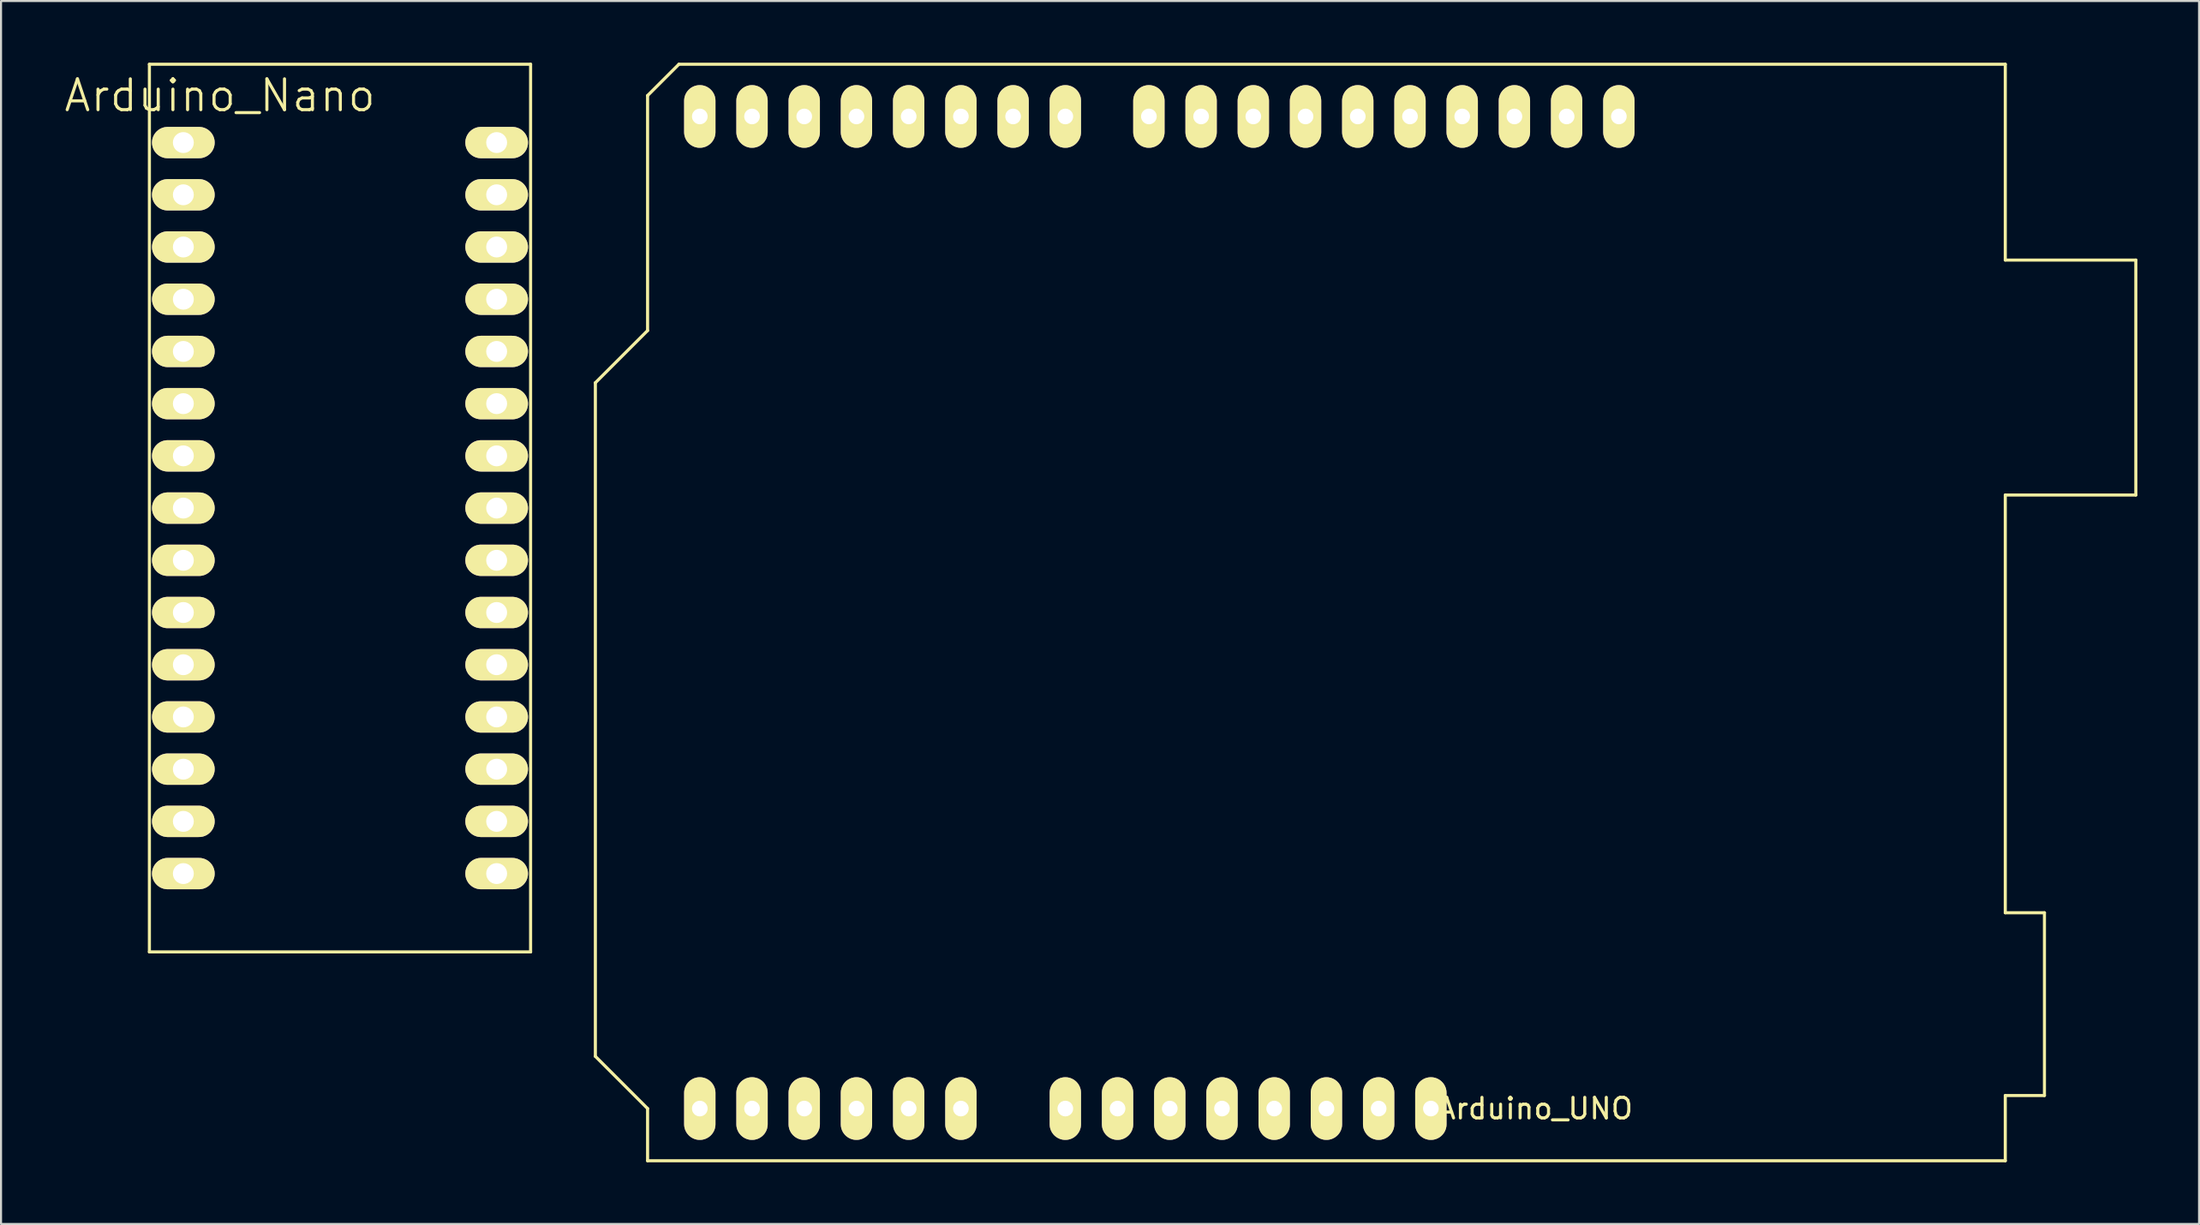
<source format=kicad_pcb>
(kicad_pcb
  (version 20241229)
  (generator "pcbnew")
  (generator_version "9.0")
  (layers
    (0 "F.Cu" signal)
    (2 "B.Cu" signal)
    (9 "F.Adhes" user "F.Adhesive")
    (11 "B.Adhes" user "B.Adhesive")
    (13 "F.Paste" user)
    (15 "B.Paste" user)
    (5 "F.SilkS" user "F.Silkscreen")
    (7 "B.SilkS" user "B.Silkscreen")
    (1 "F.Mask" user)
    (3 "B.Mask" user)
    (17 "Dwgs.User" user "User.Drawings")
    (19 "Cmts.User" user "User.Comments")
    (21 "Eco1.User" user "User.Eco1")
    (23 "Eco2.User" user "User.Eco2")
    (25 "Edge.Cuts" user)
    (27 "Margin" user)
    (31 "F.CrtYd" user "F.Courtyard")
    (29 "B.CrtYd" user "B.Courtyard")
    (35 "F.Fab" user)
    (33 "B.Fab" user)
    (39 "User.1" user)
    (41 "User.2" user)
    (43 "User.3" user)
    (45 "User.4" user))
  (footprint "Arduino_Nano"
    (layer "F.Cu")
    (at 5.868 3.885)
    (property "Reference" "Arduino_Nano" (at 1.778 -2.286 0) (layer "F.SilkS") (effects (font (size 1.5 1.5) (thickness 0.15))))
    (attr through_hole)
    (fp_line (start -1.651 -3.81) (end -1.651 39.37) (stroke (width 0.15) (type solid)) (layer "F.SilkS"))
    (fp_line (start -1.651 -3.81) (end 16.891 -3.81) (stroke (width 0.15) (type solid)) (layer "F.SilkS"))
    (fp_line (start 16.891 -3.81) (end 16.891 39.37) (stroke (width 0.15) (type solid)) (layer "F.SilkS"))
    (fp_line (start 16.891 39.37) (end -1.651 39.37) (stroke (width 0.15) (type solid)) (layer "F.SilkS"))
    (pad "1" thru_hole oval (at 0 0 90) (size 1.524 3.048) (drill 1.016) (layers "*.Cu" "*.Mask" "F.SilkS"))
    (pad "2" thru_hole oval (at 0 2.54 90) (size 1.524 3.048) (drill 1.016) (layers "*.Cu" "*.Mask" "F.SilkS"))
    (pad "3" thru_hole oval (at 0 5.08 90) (size 1.524 3.048) (drill 1.016) (layers "*.Cu" "*.Mask" "F.SilkS"))
    (pad "4" thru_hole oval (at 0 7.62 90) (size 1.524 3.048) (drill 1.016) (layers "*.Cu" "*.Mask" "F.SilkS"))
    (pad "5" thru_hole oval (at 0 10.16 90) (size 1.524 3.048) (drill 1.016) (layers "*.Cu" "*.Mask" "F.SilkS"))
    (pad "6" thru_hole oval (at 0 12.7 90) (size 1.524 3.048) (drill 1.016) (layers "*.Cu" "*.Mask" "F.SilkS"))
    (pad "7" thru_hole oval (at 0 15.24 90) (size 1.524 3.048) (drill 1.016) (layers "*.Cu" "*.Mask" "F.SilkS"))
    (pad "8" thru_hole oval (at 0 17.78 90) (size 1.524 3.048) (drill 1.016) (layers "*.Cu" "*.Mask" "F.SilkS"))
    (pad "9" thru_hole oval (at 0 20.32 90) (size 1.524 3.048) (drill 1.016) (layers "*.Cu" "*.Mask" "F.SilkS"))
    (pad "10" thru_hole oval (at 0 22.86 90) (size 1.524 3.048) (drill 1.016) (layers "*.Cu" "*.Mask" "F.SilkS"))
    (pad "11" thru_hole oval (at 0 25.4 90) (size 1.524 3.048) (drill 1.016) (layers "*.Cu" "*.Mask" "F.SilkS"))
    (pad "12" thru_hole oval (at 0 27.94 90) (size 1.524 3.048) (drill 1.016) (layers "*.Cu" "*.Mask" "F.SilkS"))
    (pad "13" thru_hole oval (at 0 30.48 90) (size 1.524 3.048) (drill 1.016) (layers "*.Cu" "*.Mask" "F.SilkS"))
    (pad "14" thru_hole oval (at 0 33.02 90) (size 1.524 3.048) (drill 1.016) (layers "*.Cu" "*.Mask" "F.SilkS"))
    (pad "15" thru_hole oval (at 0 35.56 90) (size 1.524 3.048) (drill 1.016) (layers "*.Cu" "*.Mask" "F.SilkS"))
    (pad "16" thru_hole oval (at 15.24 35.56 90) (size 1.524 3.048) (drill 1.016) (layers "*.Cu" "*.Mask" "F.SilkS"))
    (pad "17" thru_hole oval (at 15.24 33.02 90) (size 1.524 3.048) (drill 1.016) (layers "*.Cu" "*.Mask" "F.SilkS"))
    (pad "18" thru_hole oval (at 15.24 30.48 90) (size 1.524 3.048) (drill 1.016) (layers "*.Cu" "*.Mask" "F.SilkS"))
    (pad "19" thru_hole oval (at 15.24 27.94 90) (size 1.524 3.048) (drill 1.016) (layers "*.Cu" "*.Mask" "F.SilkS"))
    (pad "20" thru_hole oval (at 15.24 25.4 90) (size 1.524 3.048) (drill 1.016) (layers "*.Cu" "*.Mask" "F.SilkS"))
    (pad "21" thru_hole oval (at 15.24 22.86 90) (size 1.524 3.048) (drill 1.016) (layers "*.Cu" "*.Mask" "F.SilkS"))
    (pad "22" thru_hole oval (at 15.24 20.32 90) (size 1.524 3.048) (drill 1.016) (layers "*.Cu" "*.Mask" "F.SilkS"))
    (pad "23" thru_hole oval (at 15.24 17.78 90) (size 1.524 3.048) (drill 1.016) (layers "*.Cu" "*.Mask" "F.SilkS"))
    (pad "24" thru_hole oval (at 15.24 15.24 90) (size 1.524 3.048) (drill 1.016) (layers "*.Cu" "*.Mask" "F.SilkS"))
    (pad "25" thru_hole oval (at 15.24 12.7 90) (size 1.524 3.048) (drill 1.016) (layers "*.Cu" "*.Mask" "F.SilkS"))
    (pad "26" thru_hole oval (at 15.24 10.16 90) (size 1.524 3.048) (drill 1.016) (layers "*.Cu" "*.Mask" "F.SilkS"))
    (pad "27" thru_hole oval (at 15.24 7.62 90) (size 1.524 3.048) (drill 1.016) (layers "*.Cu" "*.Mask" "F.SilkS"))
    (pad "28" thru_hole oval (at 15.24 5.08 90) (size 1.524 3.048) (drill 1.016) (layers "*.Cu" "*.Mask" "F.SilkS"))
    (pad "29" thru_hole oval (at 15.24 2.54 90) (size 1.524 3.048) (drill 1.016) (layers "*.Cu" "*.Mask" "F.SilkS"))
    (pad "30" thru_hole oval (at 15.24 0 90) (size 1.524 3.048) (drill 1.016) (layers "*.Cu" "*.Mask" "F.SilkS")))
  (footprint "Arduino_UNO"
    (layer "F.Cu")
    (at 64.009 25.475)
    (property "Reference" "Arduino_UNO" (at 7.62 25.4 0) (layer "F.SilkS") (effects (font (size 1 1) (thickness 0.15))))
    (attr through_hole)
    (fp_line (start -38.1 -9.906) (end -38.1 22.86) (stroke (width 0.15) (type solid)) (layer "F.SilkS"))
    (fp_line (start -38.1 22.86) (end -35.56 25.4) (stroke (width 0.15) (type solid)) (layer "F.SilkS"))
    (fp_line (start -35.56 -23.876) (end -35.56 -12.446) (stroke (width 0.15) (type solid)) (layer "F.SilkS"))
    (fp_line (start -35.56 -12.446) (end -38.1 -9.906) (stroke (width 0.15) (type solid)) (layer "F.SilkS"))
    (fp_line (start -35.56 25.4) (end -35.56 27.94) (stroke (width 0.15) (type solid)) (layer "F.SilkS"))
    (fp_line (start -35.56 27.94) (end 30.48 27.94) (stroke (width 0.15) (type solid)) (layer "F.SilkS"))
    (fp_line (start -34.036 -25.4) (end -35.56 -23.876) (stroke (width 0.15) (type solid)) (layer "F.SilkS"))
    (fp_line (start 30.48 -25.4) (end -34.036 -25.4) (stroke (width 0.15) (type solid)) (layer "F.SilkS"))
    (fp_line (start 30.48 -15.875) (end 30.48 -25.4) (stroke (width 0.15) (type solid)) (layer "F.SilkS"))
    (fp_line (start 30.48 -4.445) (end 36.83 -4.445) (stroke (width 0.15) (type solid)) (layer "F.SilkS"))
    (fp_line (start 30.48 15.875) (end 30.48 -4.445) (stroke (width 0.15) (type solid)) (layer "F.SilkS"))
    (fp_line (start 30.48 24.765) (end 32.385 24.765) (stroke (width 0.15) (type solid)) (layer "F.SilkS"))
    (fp_line (start 30.48 27.94) (end 30.48 24.765) (stroke (width 0.15) (type solid)) (layer "F.SilkS"))
    (fp_line (start 32.385 15.875) (end 30.48 15.875) (stroke (width 0.15) (type solid)) (layer "F.SilkS"))
    (fp_line (start 32.385 24.765) (end 32.385 15.875) (stroke (width 0.15) (type solid)) (layer "F.SilkS"))
    (fp_line (start 36.83 -15.875) (end 30.48 -15.875) (stroke (width 0.15) (type solid)) (layer "F.SilkS"))
    (fp_line (start 36.83 -4.445) (end 36.83 -15.875) (stroke (width 0.15) (type solid)) (layer "F.SilkS"))
    (pad "1" thru_hole oval (at -33.02 -22.86) (size 1.524 3.048) (drill 0.762) (layers "*.Cu" "*.Mask" "F.SilkS"))
    (pad "2" thru_hole oval (at -30.48 -22.86) (size 1.524 3.048) (drill 0.762) (layers "*.Cu" "*.Mask" "F.SilkS"))
    (pad "3" thru_hole oval (at -27.94 -22.86) (size 1.524 3.048) (drill 0.762) (layers "*.Cu" "*.Mask" "F.SilkS"))
    (pad "4" thru_hole oval (at -25.4 -22.86) (size 1.524 3.048) (drill 0.762) (layers "*.Cu" "*.Mask" "F.SilkS"))
    (pad "5" thru_hole oval (at -22.86 -22.86) (size 1.524 3.048) (drill 0.762) (layers "*.Cu" "*.Mask" "F.SilkS"))
    (pad "6" thru_hole oval (at -20.32 -22.86) (size 1.524 3.048) (drill 0.762) (layers "*.Cu" "*.Mask" "F.SilkS"))
    (pad "7" thru_hole oval (at -17.78 -22.86) (size 1.524 3.048) (drill 0.762) (layers "*.Cu" "*.Mask" "F.SilkS"))
    (pad "8" thru_hole oval (at -15.24 -22.86) (size 1.524 3.048) (drill 0.762) (layers "*.Cu" "*.Mask" "F.SilkS"))
    (pad "9" thru_hole oval (at -11.176 -22.86) (size 1.524 3.048) (drill 0.762) (layers "*.Cu" "*.Mask" "F.SilkS"))
    (pad "10" thru_hole oval (at -8.636 -22.86) (size 1.524 3.048) (drill 0.762) (layers "*.Cu" "*.Mask" "F.SilkS"))
    (pad "11" thru_hole oval (at -6.096 -22.86) (size 1.524 3.048) (drill 0.762) (layers "*.Cu" "*.Mask" "F.SilkS"))
    (pad "12" thru_hole oval (at -3.556 -22.86) (size 1.524 3.048) (drill 0.762) (layers "*.Cu" "*.Mask" "F.SilkS"))
    (pad "13" thru_hole oval (at -1.016 -22.86) (size 1.524 3.048) (drill 0.762) (layers "*.Cu" "*.Mask" "F.SilkS"))
    (pad "14" thru_hole oval (at 1.524 -22.86) (size 1.524 3.048) (drill 0.762) (layers "*.Cu" "*.Mask" "F.SilkS"))
    (pad "15" thru_hole oval (at 4.064 -22.86) (size 1.524 3.048) (drill 0.762) (layers "*.Cu" "*.Mask" "F.SilkS"))
    (pad "16" thru_hole oval (at 6.604 -22.86) (size 1.524 3.048) (drill 0.762) (layers "*.Cu" "*.Mask" "F.SilkS"))
    (pad "17" thru_hole oval (at 9.144 -22.86) (size 1.524 3.048) (drill 0.762) (layers "*.Cu" "*.Mask" "F.SilkS"))
    (pad "18" thru_hole oval (at 11.684 -22.86) (size 1.524 3.048) (drill 0.762) (layers "*.Cu" "*.Mask" "F.SilkS"))
    (pad "19" thru_hole oval (at 2.54 25.4) (size 1.524 3.048) (drill 0.762) (layers "*.Cu" "*.Mask" "F.SilkS"))
    (pad "20" thru_hole oval (at 0 25.4) (size 1.524 3.048) (drill 0.762) (layers "*.Cu" "*.Mask" "F.SilkS"))
    (pad "21" thru_hole oval (at -2.54 25.4) (size 1.524 3.048) (drill 0.762) (layers "*.Cu" "*.Mask" "F.SilkS"))
    (pad "22" thru_hole oval (at -5.08 25.4) (size 1.524 3.048) (drill 0.762) (layers "*.Cu" "*.Mask" "F.SilkS"))
    (pad "23" thru_hole oval (at -7.62 25.4) (size 1.524 3.048) (drill 0.762) (layers "*.Cu" "*.Mask" "F.SilkS"))
    (pad "24" thru_hole oval (at -10.16 25.4) (size 1.524 3.048) (drill 0.762) (layers "*.Cu" "*.Mask" "F.SilkS"))
    (pad "25" thru_hole oval (at -12.7 25.4) (size 1.524 3.048) (drill 0.762) (layers "*.Cu" "*.Mask" "F.SilkS"))
    (pad "26" thru_hole oval (at -15.24 25.4) (size 1.524 3.048) (drill 0.762) (layers "*.Cu" "*.Mask" "F.SilkS"))
    (pad "27" thru_hole oval (at -20.32 25.4) (size 1.524 3.048) (drill 0.762) (layers "*.Cu" "*.Mask" "F.SilkS"))
    (pad "28" thru_hole oval (at -22.86 25.4) (size 1.524 3.048) (drill 0.762) (layers "*.Cu" "*.Mask" "F.SilkS"))
    (pad "29" thru_hole oval (at -25.4 25.4) (size 1.524 3.048) (drill 0.762) (layers "*.Cu" "*.Mask" "F.SilkS"))
    (pad "30" thru_hole oval (at -27.94 25.4) (size 1.524 3.048) (drill 0.762) (layers "*.Cu" "*.Mask" "F.SilkS"))
    (pad "31" thru_hole oval (at -30.48 25.4) (size 1.524 3.048) (drill 0.762) (layers "*.Cu" "*.Mask" "F.SilkS"))
    (pad "32" thru_hole oval (at -33.02 25.4) (size 1.524 3.048) (drill 0.762) (layers "*.Cu" "*.Mask" "F.SilkS")))
  (gr_rect
    (start -3 -3)
    (end 103.914 56.49)
    (stroke (width 0.1) (type default))
    (fill no)
    (layer "Edge.Cuts")))
</source>
